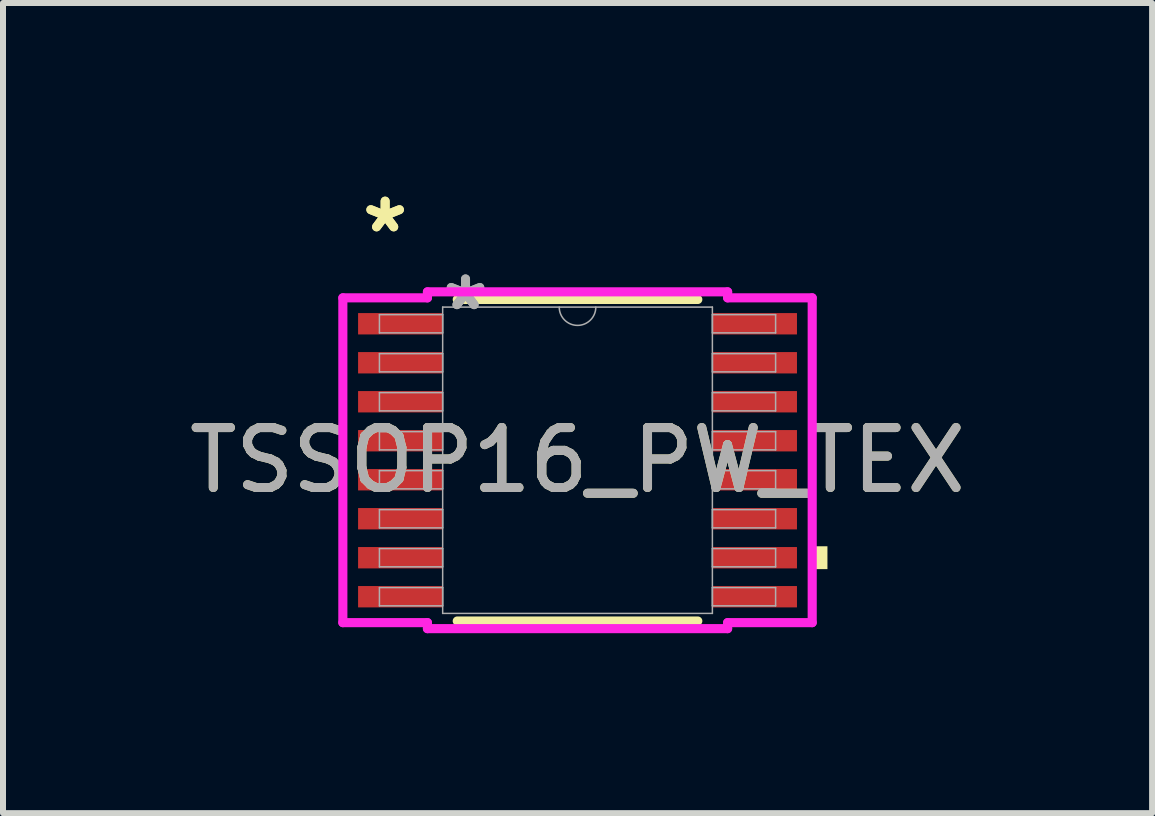
<source format=kicad_pcb>
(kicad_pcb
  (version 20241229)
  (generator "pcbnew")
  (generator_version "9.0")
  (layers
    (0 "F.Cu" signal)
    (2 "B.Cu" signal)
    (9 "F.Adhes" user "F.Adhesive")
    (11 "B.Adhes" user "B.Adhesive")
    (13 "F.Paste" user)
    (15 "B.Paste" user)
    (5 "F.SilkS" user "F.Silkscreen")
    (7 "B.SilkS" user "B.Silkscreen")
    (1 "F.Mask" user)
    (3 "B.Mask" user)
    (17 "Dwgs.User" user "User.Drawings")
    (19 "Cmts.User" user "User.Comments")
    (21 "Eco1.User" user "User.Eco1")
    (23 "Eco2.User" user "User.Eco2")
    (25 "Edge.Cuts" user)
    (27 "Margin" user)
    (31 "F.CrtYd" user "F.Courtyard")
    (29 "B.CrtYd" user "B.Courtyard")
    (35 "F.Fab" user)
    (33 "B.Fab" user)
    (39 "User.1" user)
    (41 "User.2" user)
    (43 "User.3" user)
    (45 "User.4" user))
  (footprint "TSSOP16_PW_TEX"
    (layer "F.Cu")
    (at 6.577 4.622)
    (property "Reference" "TSSOP16_PW_TEX" (at 0 0 0) (unlocked yes) (layer "F.SilkS") (effects (font (size 1 1) (thickness 0.15))))
    (attr smd)
    (fp_line (start -2.005 2.68) (end 2.005 2.68) (stroke (width 0.152) (type solid)) (layer "F.SilkS"))
    (fp_line (start 2.005 -2.68) (end -2.005 -2.68) (stroke (width 0.152) (type solid)) (layer "F.SilkS"))
    (fp_poly (pts (xy 4.166 1.434) (xy 4.166 1.815) (xy 3.912 1.815) (xy 3.912 1.434)) (stroke (width 0) (type solid)) (fill yes) (layer "F.SilkS"))
    (fp_line (start -3.912 -2.707) (end -2.502 -2.707) (stroke (width 0.152) (type solid)) (layer "F.CrtYd"))
    (fp_line (start -3.912 2.707) (end -3.912 -2.707) (stroke (width 0.152) (type solid)) (layer "F.CrtYd"))
    (fp_line (start -3.912 2.707) (end -2.502 2.707) (stroke (width 0.152) (type solid)) (layer "F.CrtYd"))
    (fp_line (start -2.502 -2.807) (end 2.502 -2.807) (stroke (width 0.152) (type solid)) (layer "F.CrtYd"))
    (fp_line (start -2.502 -2.707) (end -2.502 -2.807) (stroke (width 0.152) (type solid)) (layer "F.CrtYd"))
    (fp_line (start -2.502 2.807) (end -2.502 2.707) (stroke (width 0.152) (type solid)) (layer "F.CrtYd"))
    (fp_line (start 2.502 -2.807) (end 2.502 -2.707) (stroke (width 0.152) (type solid)) (layer "F.CrtYd"))
    (fp_line (start 2.502 2.707) (end 2.502 2.807) (stroke (width 0.152) (type solid)) (layer "F.CrtYd"))
    (fp_line (start 2.502 2.807) (end -2.502 2.807) (stroke (width 0.152) (type solid)) (layer "F.CrtYd"))
    (fp_line (start 3.912 -2.707) (end 2.502 -2.707) (stroke (width 0.152) (type solid)) (layer "F.CrtYd"))
    (fp_line (start 3.912 -2.707) (end 3.912 2.707) (stroke (width 0.152) (type solid)) (layer "F.CrtYd"))
    (fp_line (start 3.912 2.707) (end 2.502 2.707) (stroke (width 0.152) (type solid)) (layer "F.CrtYd"))
    (fp_line (start -3.302 -2.427) (end -3.302 -2.123) (stroke (width 0.025) (type solid)) (layer "F.Fab"))
    (fp_line (start -3.302 -2.123) (end -2.248 -2.123) (stroke (width 0.025) (type solid)) (layer "F.Fab"))
    (fp_line (start -3.302 -1.777) (end -3.302 -1.473) (stroke (width 0.025) (type solid)) (layer "F.Fab"))
    (fp_line (start -3.302 -1.473) (end -2.248 -1.473) (stroke (width 0.025) (type solid)) (layer "F.Fab"))
    (fp_line (start -3.302 -1.127) (end -3.302 -0.823) (stroke (width 0.025) (type solid)) (layer "F.Fab"))
    (fp_line (start -3.302 -0.823) (end -2.248 -0.823) (stroke (width 0.025) (type solid)) (layer "F.Fab"))
    (fp_line (start -3.302 -0.477) (end -3.302 -0.173) (stroke (width 0.025) (type solid)) (layer "F.Fab"))
    (fp_line (start -3.302 -0.173) (end -2.248 -0.173) (stroke (width 0.025) (type solid)) (layer "F.Fab"))
    (fp_line (start -3.302 0.173) (end -3.302 0.477) (stroke (width 0.025) (type solid)) (layer "F.Fab"))
    (fp_line (start -3.302 0.477) (end -2.248 0.477) (stroke (width 0.025) (type solid)) (layer "F.Fab"))
    (fp_line (start -3.302 0.823) (end -3.302 1.127) (stroke (width 0.025) (type solid)) (layer "F.Fab"))
    (fp_line (start -3.302 1.127) (end -2.248 1.127) (stroke (width 0.025) (type solid)) (layer "F.Fab"))
    (fp_line (start -3.302 1.473) (end -3.302 1.777) (stroke (width 0.025) (type solid)) (layer "F.Fab"))
    (fp_line (start -3.302 1.777) (end -2.248 1.777) (stroke (width 0.025) (type solid)) (layer "F.Fab"))
    (fp_line (start -3.302 2.123) (end -3.302 2.427) (stroke (width 0.025) (type solid)) (layer "F.Fab"))
    (fp_line (start -3.302 2.427) (end -2.248 2.427) (stroke (width 0.025) (type solid)) (layer "F.Fab"))
    (fp_line (start -2.248 -2.553) (end -2.248 2.553) (stroke (width 0.025) (type solid)) (layer "F.Fab"))
    (fp_line (start -2.248 -2.427) (end -3.302 -2.427) (stroke (width 0.025) (type solid)) (layer "F.Fab"))
    (fp_line (start -2.248 -2.123) (end -2.248 -2.427) (stroke (width 0.025) (type solid)) (layer "F.Fab"))
    (fp_line (start -2.248 -1.777) (end -3.302 -1.777) (stroke (width 0.025) (type solid)) (layer "F.Fab"))
    (fp_line (start -2.248 -1.473) (end -2.248 -1.777) (stroke (width 0.025) (type solid)) (layer "F.Fab"))
    (fp_line (start -2.248 -1.127) (end -3.302 -1.127) (stroke (width 0.025) (type solid)) (layer "F.Fab"))
    (fp_line (start -2.248 -0.823) (end -2.248 -1.127) (stroke (width 0.025) (type solid)) (layer "F.Fab"))
    (fp_line (start -2.248 -0.477) (end -3.302 -0.477) (stroke (width 0.025) (type solid)) (layer "F.Fab"))
    (fp_line (start -2.248 -0.173) (end -2.248 -0.477) (stroke (width 0.025) (type solid)) (layer "F.Fab"))
    (fp_line (start -2.248 0.173) (end -3.302 0.173) (stroke (width 0.025) (type solid)) (layer "F.Fab"))
    (fp_line (start -2.248 0.477) (end -2.248 0.173) (stroke (width 0.025) (type solid)) (layer "F.Fab"))
    (fp_line (start -2.248 0.823) (end -3.302 0.823) (stroke (width 0.025) (type solid)) (layer "F.Fab"))
    (fp_line (start -2.248 1.127) (end -2.248 0.823) (stroke (width 0.025) (type solid)) (layer "F.Fab"))
    (fp_line (start -2.248 1.473) (end -3.302 1.473) (stroke (width 0.025) (type solid)) (layer "F.Fab"))
    (fp_line (start -2.248 1.777) (end -2.248 1.473) (stroke (width 0.025) (type solid)) (layer "F.Fab"))
    (fp_line (start -2.248 2.123) (end -3.302 2.123) (stroke (width 0.025) (type solid)) (layer "F.Fab"))
    (fp_line (start -2.248 2.427) (end -2.248 2.123) (stroke (width 0.025) (type solid)) (layer "F.Fab"))
    (fp_line (start -2.248 2.553) (end 2.248 2.553) (stroke (width 0.025) (type solid)) (layer "F.Fab"))
    (fp_line (start 2.248 -2.553) (end -2.248 -2.553) (stroke (width 0.025) (type solid)) (layer "F.Fab"))
    (fp_line (start 2.248 -2.427) (end 2.248 -2.123) (stroke (width 0.025) (type solid)) (layer "F.Fab"))
    (fp_line (start 2.248 -2.123) (end 3.302 -2.123) (stroke (width 0.025) (type solid)) (layer "F.Fab"))
    (fp_line (start 2.248 -1.777) (end 2.248 -1.473) (stroke (width 0.025) (type solid)) (layer "F.Fab"))
    (fp_line (start 2.248 -1.473) (end 3.302 -1.473) (stroke (width 0.025) (type solid)) (layer "F.Fab"))
    (fp_line (start 2.248 -1.127) (end 2.248 -0.823) (stroke (width 0.025) (type solid)) (layer "F.Fab"))
    (fp_line (start 2.248 -0.823) (end 3.302 -0.823) (stroke (width 0.025) (type solid)) (layer "F.Fab"))
    (fp_line (start 2.248 -0.477) (end 2.248 -0.173) (stroke (width 0.025) (type solid)) (layer "F.Fab"))
    (fp_line (start 2.248 -0.173) (end 3.302 -0.173) (stroke (width 0.025) (type solid)) (layer "F.Fab"))
    (fp_line (start 2.248 0.173) (end 2.248 0.477) (stroke (width 0.025) (type solid)) (layer "F.Fab"))
    (fp_line (start 2.248 0.477) (end 3.302 0.477) (stroke (width 0.025) (type solid)) (layer "F.Fab"))
    (fp_line (start 2.248 0.823) (end 2.248 1.127) (stroke (width 0.025) (type solid)) (layer "F.Fab"))
    (fp_line (start 2.248 1.127) (end 3.302 1.127) (stroke (width 0.025) (type solid)) (layer "F.Fab"))
    (fp_line (start 2.248 1.473) (end 2.248 1.777) (stroke (width 0.025) (type solid)) (layer "F.Fab"))
    (fp_line (start 2.248 1.777) (end 3.302 1.777) (stroke (width 0.025) (type solid)) (layer "F.Fab"))
    (fp_line (start 2.248 2.123) (end 2.248 2.427) (stroke (width 0.025) (type solid)) (layer "F.Fab"))
    (fp_line (start 2.248 2.427) (end 3.302 2.427) (stroke (width 0.025) (type solid)) (layer "F.Fab"))
    (fp_line (start 2.248 2.553) (end 2.248 -2.553) (stroke (width 0.025) (type solid)) (layer "F.Fab"))
    (fp_line (start 3.302 -2.427) (end 2.248 -2.427) (stroke (width 0.025) (type solid)) (layer "F.Fab"))
    (fp_line (start 3.302 -2.123) (end 3.302 -2.427) (stroke (width 0.025) (type solid)) (layer "F.Fab"))
    (fp_line (start 3.302 -1.777) (end 2.248 -1.777) (stroke (width 0.025) (type solid)) (layer "F.Fab"))
    (fp_line (start 3.302 -1.473) (end 3.302 -1.777) (stroke (width 0.025) (type solid)) (layer "F.Fab"))
    (fp_line (start 3.302 -1.127) (end 2.248 -1.127) (stroke (width 0.025) (type solid)) (layer "F.Fab"))
    (fp_line (start 3.302 -0.823) (end 3.302 -1.127) (stroke (width 0.025) (type solid)) (layer "F.Fab"))
    (fp_line (start 3.302 -0.477) (end 2.248 -0.477) (stroke (width 0.025) (type solid)) (layer "F.Fab"))
    (fp_line (start 3.302 -0.173) (end 3.302 -0.477) (stroke (width 0.025) (type solid)) (layer "F.Fab"))
    (fp_line (start 3.302 0.173) (end 2.248 0.173) (stroke (width 0.025) (type solid)) (layer "F.Fab"))
    (fp_line (start 3.302 0.477) (end 3.302 0.173) (stroke (width 0.025) (type solid)) (layer "F.Fab"))
    (fp_line (start 3.302 0.823) (end 2.248 0.823) (stroke (width 0.025) (type solid)) (layer "F.Fab"))
    (fp_line (start 3.302 1.127) (end 3.302 0.823) (stroke (width 0.025) (type solid)) (layer "F.Fab"))
    (fp_line (start 3.302 1.473) (end 2.248 1.473) (stroke (width 0.025) (type solid)) (layer "F.Fab"))
    (fp_line (start 3.302 1.777) (end 3.302 1.473) (stroke (width 0.025) (type solid)) (layer "F.Fab"))
    (fp_line (start 3.302 2.123) (end 2.248 2.123) (stroke (width 0.025) (type solid)) (layer "F.Fab"))
    (fp_line (start 3.302 2.427) (end 3.302 2.123) (stroke (width 0.025) (type solid)) (layer "F.Fab"))
    (fp_arc (start 0.3048 -2.5527) (mid 0 -2.2479) (end -0.3048 -2.5527) (stroke (width 0.0254) (type solid)) (layer "F.Fab"))
    (fp_text user "*" (at -3.207 -3.774 0) (unlocked yes) (layer "F.SilkS") (effects (font (size 1 1) (thickness 0.15))))
    (fp_text user "*" (at -3.207 -3.774 0) (layer "F.SilkS") (effects (font (size 1 1) (thickness 0.15))))
    (fp_text user "${REFERENCE}" (at 0 0 0) (unlocked yes) (layer "F.Fab") (effects (font (size 1 1) (thickness 0.15))))
    (fp_text user "*" (at -1.867 -2.477 0) (unlocked yes) (layer "F.Fab") (effects (font (size 1 1) (thickness 0.15))))
    (fp_text user "*" (at -1.867 -2.477 0) (layer "F.Fab") (effects (font (size 1 1) (thickness 0.15))))
    (pad "1" smd rect (at -2.953 -2.275) (size 1.41 0.356) (layers "F.Cu" "F.Mask" "F.Paste"))
    (pad "2" smd rect (at -2.953 -1.625) (size 1.41 0.356) (layers "F.Cu" "F.Mask" "F.Paste"))
    (pad "3" smd rect (at -2.953 -0.975) (size 1.41 0.356) (layers "F.Cu" "F.Mask" "F.Paste"))
    (pad "4" smd rect (at -2.953 -0.325) (size 1.41 0.356) (layers "F.Cu" "F.Mask" "F.Paste"))
    (pad "5" smd rect (at -2.953 0.325) (size 1.41 0.356) (layers "F.Cu" "F.Mask" "F.Paste"))
    (pad "6" smd rect (at -2.953 0.975) (size 1.41 0.356) (layers "F.Cu" "F.Mask" "F.Paste"))
    (pad "7" smd rect (at -2.953 1.625) (size 1.41 0.356) (layers "F.Cu" "F.Mask" "F.Paste"))
    (pad "8" smd rect (at -2.953 2.275) (size 1.41 0.356) (layers "F.Cu" "F.Mask" "F.Paste"))
    (pad "9" smd rect (at 2.953 2.275) (size 1.41 0.356) (layers "F.Cu" "F.Mask" "F.Paste"))
    (pad "10" smd rect (at 2.953 1.625) (size 1.41 0.356) (layers "F.Cu" "F.Mask" "F.Paste"))
    (pad "11" smd rect (at 2.953 0.975) (size 1.41 0.356) (layers "F.Cu" "F.Mask" "F.Paste"))
    (pad "12" smd rect (at 2.953 0.325) (size 1.41 0.356) (layers "F.Cu" "F.Mask" "F.Paste"))
    (pad "13" smd rect (at 2.953 -0.325) (size 1.41 0.356) (layers "F.Cu" "F.Mask" "F.Paste"))
    (pad "14" smd rect (at 2.953 -0.975) (size 1.41 0.356) (layers "F.Cu" "F.Mask" "F.Paste"))
    (pad "15" smd rect (at 2.953 -1.625) (size 1.41 0.356) (layers "F.Cu" "F.Mask" "F.Paste"))
    (pad "16" smd rect (at 2.953 -2.275) (size 1.41 0.356) (layers "F.Cu" "F.Mask" "F.Paste")))
  (gr_rect
    (start -3 -3)
    (end 16.155 10.505)
    (stroke (width 0.1) (type default))
    (fill no)
    (layer "Edge.Cuts")))
</source>
